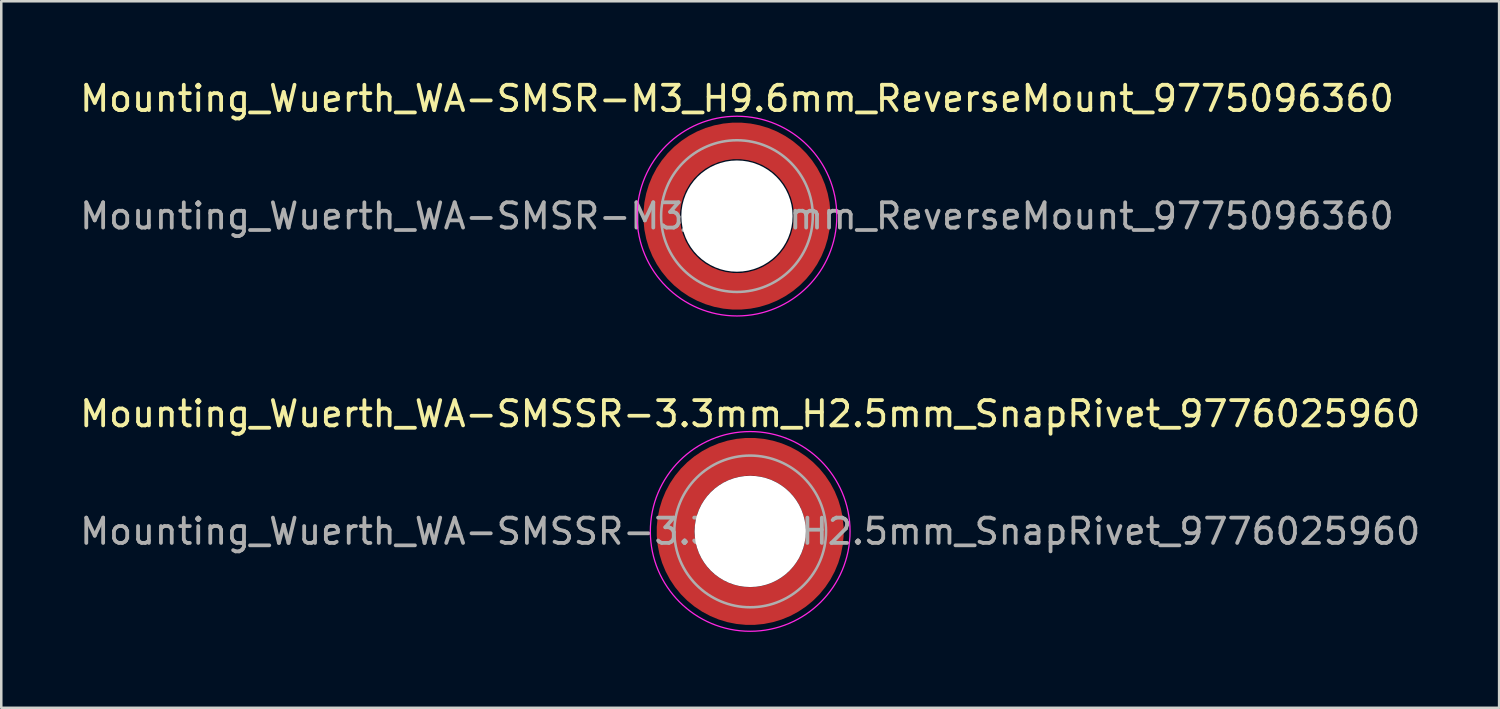
<source format=kicad_pcb>
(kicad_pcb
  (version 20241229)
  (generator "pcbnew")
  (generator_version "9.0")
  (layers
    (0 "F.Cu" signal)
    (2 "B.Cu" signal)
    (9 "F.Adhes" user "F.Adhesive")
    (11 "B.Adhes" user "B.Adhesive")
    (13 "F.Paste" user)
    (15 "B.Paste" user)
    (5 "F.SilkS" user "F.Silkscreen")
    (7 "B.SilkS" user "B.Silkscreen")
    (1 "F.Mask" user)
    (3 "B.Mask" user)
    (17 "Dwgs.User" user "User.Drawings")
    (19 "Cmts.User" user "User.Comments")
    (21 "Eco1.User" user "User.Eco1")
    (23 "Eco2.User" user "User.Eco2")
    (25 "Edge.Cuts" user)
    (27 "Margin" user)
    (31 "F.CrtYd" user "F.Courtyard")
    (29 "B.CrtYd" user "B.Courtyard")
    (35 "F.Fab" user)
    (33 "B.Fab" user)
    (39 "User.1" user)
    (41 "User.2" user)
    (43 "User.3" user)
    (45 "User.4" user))
  (footprint "Mounting_Wuerth_WA-SMSR-M3_H9.6mm_ReverseMount_9775096360"
    (layer "F.Cu")
    (at 26.101 5.498)
    (property "Reference" "Mounting_Wuerth_WA-SMSR-M3_H9.6mm_ReverseMount_9775096360" (at 0 -4.65 0) (layer "F.SilkS") (effects (font (size 1 1) (thickness 0.15))))
    (attr smd)
    (fp_circle (center 0 0) (end 3.95 0) (stroke (width 0.05) (type solid)) (fill no) (layer "F.CrtYd"))
    (fp_circle (center 0 0) (end 3 0) (stroke (width 0.1) (type solid)) (fill no) (layer "F.Fab"))
    (fp_text user "${REFERENCE}" (at 0 0 0) (layer "F.Fab") (effects (font (size 1 1) (thickness 0.15))))
    (pad "" smd custom (at -2.095 -2.095) (size 0.945 0.945) (layers "F.Paste") (options (anchor circle)) (primitives (gr_arc (start -0.24231 1.594804) (mid 0.404104 0.405534) (end 1.592827 -0.241886) (width 0.2)) (gr_arc (start -0.3398 1.594804) (mid 0.335987 0.338711) (end 1.591031 -0.339022) (width 0.2)) (gr_arc (start -0.437132 1.594804) (mid 0.268952 0.270807) (end 1.592231 -0.436623) (width 0.2)) (gr_arc (start -0.534324 1.594804) (mid 0.201345 0.203474) (end 1.591846 -0.53376) (width 0.2)) (gr_arc (start -0.631391 1.594804) (mid 0.134696 0.135183) (end 1.594126 -0.631267) (width 0.2)) (gr_arc (start -0.728345 1.594804) (mid 0.067234 0.067705) (end 1.594149 -0.728229) (width 0.2)) (gr_arc (start -0.825197 1.594804) (mid -0.001218 0.001219) (end 1.591408 -0.824614) (width 0.2)) (gr_arc (start -0.921958 1.594804) (mid -0.068952 -0.065985) (end 1.590665 -0.921269) (width 0.2)) (gr_arc (start -1.018637 1.594804) (mid -0.135972 -0.133907) (end 1.59192 -1.018172) (width 0.2)) (gr_arc (start -1.115239 1.594804) (mid -0.20428 -0.200537) (end 1.589574 -1.11442) (width 0.2)) (gr_arc (start -1.211773 1.594804) (mid -0.26993 -0.269828) (end 1.594662 -1.211751) (width 0.2)) (gr_arc (start -1.308244 1.594804) (mid -0.33911 -0.335587) (end 1.589875 -1.307516) (width 0.2)) (gr_arc (start -1.404657 1.594804) (mid -0.405633 -0.404004) (end 1.592524 -1.404331) (width 0.2)) (gr_arc (start -1.404657 1.594804) (mid -0.405633 -0.404004) (end 1.592524 -1.404331) (width 0.2)) (gr_line (start 1.595 -0.242) (end 1.595 -1.405) (width 0.2)) (gr_line (start -0.242 1.595) (end -1.405 1.595) (width 0.2))))
    (pad "" smd custom (at -2.095 2.095) (size 0.945 0.945) (layers "F.Paste") (options (anchor circle)) (primitives (gr_arc (start 1.594804 0.24231) (mid 0.405534 -0.404104) (end -0.241886 -1.592827) (width 0.2)) (gr_arc (start 1.594804 0.3398) (mid 0.338711 -0.335987) (end -0.339022 -1.591031) (width 0.2)) (gr_arc (start 1.594804 0.437132) (mid 0.270807 -0.268952) (end -0.436623 -1.592231) (width 0.2)) (gr_arc (start 1.594804 0.534324) (mid 0.203474 -0.201345) (end -0.53376 -1.591846) (width 0.2)) (gr_arc (start 1.594804 0.631391) (mid 0.135183 -0.134696) (end -0.631267 -1.594126) (width 0.2)) (gr_arc (start 1.594804 0.728345) (mid 0.067705 -0.067234) (end -0.728229 -1.594149) (width 0.2)) (gr_arc (start 1.594804 0.825197) (mid 0.001219 0.001218) (end -0.824614 -1.591408) (width 0.2)) (gr_arc (start 1.594804 0.921958) (mid -0.065985 0.068952) (end -0.921269 -1.590665) (width 0.2)) (gr_arc (start 1.594804 1.018637) (mid -0.133907 0.135972) (end -1.018172 -1.59192) (width 0.2)) (gr_arc (start 1.594804 1.115239) (mid -0.200537 0.20428) (end -1.11442 -1.589574) (width 0.2)) (gr_arc (start 1.594804 1.211773) (mid -0.269828 0.26993) (end -1.211751 -1.594662) (width 0.2)) (gr_arc (start 1.594804 1.308244) (mid -0.335587 0.33911) (end -1.307516 -1.589875) (width 0.2)) (gr_arc (start 1.594804 1.404657) (mid -0.404004 0.405633) (end -1.404331 -1.592524) (width 0.2)) (gr_arc (start 1.594804 1.404657) (mid -0.404004 0.405633) (end -1.404331 -1.592524) (width 0.2)) (gr_line (start -0.242 -1.595) (end -1.405 -1.595) (width 0.2)) (gr_line (start 1.595 0.242) (end 1.595 1.405) (width 0.2))))
    (pad "" np_thru_hole circle (at 0 0) (size 4.4 4.4) (drill 4.4) (layers "*.Cu" "*.Mask"))
    (pad "" smd custom (at 2.095 -2.095) (size 0.945 0.945) (layers "F.Paste") (options (anchor circle)) (primitives (gr_arc (start -1.594804 -0.24231) (mid -0.405534 0.404104) (end 0.241886 1.592827) (width 0.2)) (gr_arc (start -1.594804 -0.3398) (mid -0.338711 0.335987) (end 0.339022 1.591031) (width 0.2)) (gr_arc (start -1.594804 -0.437132) (mid -0.270807 0.268952) (end 0.436623 1.592231) (width 0.2)) (gr_arc (start -1.594804 -0.534324) (mid -0.203474 0.201345) (end 0.53376 1.591846) (width 0.2)) (gr_arc (start -1.594804 -0.631391) (mid -0.135183 0.134696) (end 0.631267 1.594126) (width 0.2)) (gr_arc (start -1.594804 -0.728345) (mid -0.067705 0.067234) (end 0.728229 1.594149) (width 0.2)) (gr_arc (start -1.594804 -0.825197) (mid -0.001219 -0.001218) (end 0.824614 1.591408) (width 0.2)) (gr_arc (start -1.594804 -0.921958) (mid 0.065985 -0.068952) (end 0.921269 1.590665) (width 0.2)) (gr_arc (start -1.594804 -1.018637) (mid 0.133907 -0.135972) (end 1.018172 1.59192) (width 0.2)) (gr_arc (start -1.594804 -1.115239) (mid 0.200537 -0.20428) (end 1.11442 1.589574) (width 0.2)) (gr_arc (start -1.594804 -1.211773) (mid 0.269828 -0.26993) (end 1.211751 1.594662) (width 0.2)) (gr_arc (start -1.594804 -1.308244) (mid 0.335587 -0.33911) (end 1.307516 1.589875) (width 0.2)) (gr_arc (start -1.594804 -1.404657) (mid 0.404004 -0.405633) (end 1.404331 1.592524) (width 0.2)) (gr_arc (start -1.594804 -1.404657) (mid 0.404004 -0.405633) (end 1.404331 1.592524) (width 0.2)) (gr_line (start 0.242 1.595) (end 1.405 1.595) (width 0.2)) (gr_line (start -1.595 -0.242) (end -1.595 -1.405) (width 0.2))))
    (pad "" smd custom (at 2.095 2.095) (size 0.945 0.945) (layers "F.Paste") (options (anchor circle)) (primitives (gr_arc (start 0.24231 -1.594804) (mid -0.404104 -0.405534) (end -1.592827 0.241886) (width 0.2)) (gr_arc (start 0.3398 -1.594804) (mid -0.335987 -0.338711) (end -1.591031 0.339022) (width 0.2)) (gr_arc (start 0.437132 -1.594804) (mid -0.268952 -0.270807) (end -1.592231 0.436623) (width 0.2)) (gr_arc (start 0.534324 -1.594804) (mid -0.201345 -0.203474) (end -1.591846 0.53376) (width 0.2)) (gr_arc (start 0.631391 -1.594804) (mid -0.134696 -0.135183) (end -1.594126 0.631267) (width 0.2)) (gr_arc (start 0.728345 -1.594804) (mid -0.067234 -0.067705) (end -1.594149 0.728229) (width 0.2)) (gr_arc (start 0.825197 -1.594804) (mid 0.001218 -0.001219) (end -1.591408 0.824614) (width 0.2)) (gr_arc (start 0.921958 -1.594804) (mid 0.068952 0.065985) (end -1.590665 0.921269) (width 0.2)) (gr_arc (start 1.018637 -1.594804) (mid 0.135972 0.133907) (end -1.59192 1.018172) (width 0.2)) (gr_arc (start 1.115239 -1.594804) (mid 0.20428 0.200537) (end -1.589574 1.11442) (width 0.2)) (gr_arc (start 1.211773 -1.594804) (mid 0.26993 0.269828) (end -1.594662 1.211751) (width 0.2)) (gr_arc (start 1.308244 -1.594804) (mid 0.33911 0.335587) (end -1.589875 1.307516) (width 0.2)) (gr_arc (start 1.404657 -1.594804) (mid 0.405633 0.404004) (end -1.592524 1.404331) (width 0.2)) (gr_arc (start 1.404657 -1.594804) (mid 0.405633 0.404004) (end -1.592524 1.404331) (width 0.2)) (gr_line (start -1.595 0.242) (end -1.595 1.405) (width 0.2)) (gr_line (start 0.242 -1.595) (end 1.405 -1.595) (width 0.2))))
    (pad "1" smd circle (at -2.975 0) (size 1.05 1.05) (layers "F.Cu"))
    (pad "1" smd circle (at 0 -2.975) (size 1.05 1.05) (layers "F.Cu"))
    (pad "1" smd circle (at 0 2.975) (size 1.05 1.05) (layers "F.Cu"))
    (pad "1" smd custom (at 2.975 0) (size 1.05 1.05) (layers "F.Cu" "F.Mask") (options (anchor circle)) (primitives (gr_circle (center -2.975 0) (end 0 0) (width 1.45) (fill no)))))
  (footprint "Mounting_Wuerth_WA-SMSSR-3.3mm_H2.5mm_SnapRivet_9776025960"
    (layer "F.Cu")
    (at 26.625 17.971)
    (property "Reference" "Mounting_Wuerth_WA-SMSSR-3.3mm_H2.5mm_SnapRivet_9776025960" (at 0 -4.65 0) (layer "F.SilkS") (effects (font (size 1 1) (thickness 0.15))))
    (attr smd)
    (fp_circle (center 0 0) (end 3.95 0) (stroke (width 0.05) (type solid)) (fill no) (layer "F.CrtYd"))
    (fp_circle (center 0 0) (end 3 0) (stroke (width 0.1) (type solid)) (fill no) (layer "F.Fab"))
    (fp_text user "${REFERENCE}" (at 0 0 0) (layer "F.Fab") (effects (font (size 1 1) (thickness 0.15))))
    (pad "" smd custom (at -2.077 -2.077) (size 0.995 0.995) (layers "F.Paste") (options (anchor circle)) (primitives (gr_arc (start -0.208831 1.577126) (mid 0.422144 0.422848) (end 1.576154 -0.208618) (width 0.2)) (gr_arc (start -0.310669 1.577126) (mid 0.35138 0.352781) (end 1.575188 -0.310262) (width 0.2)) (gr_arc (start -0.412325 1.577126) (mid 0.280305 0.283024) (end 1.573357 -0.411565) (width 0.2)) (gr_arc (start -0.51382 1.577126) (mid 0.210358 0.212139) (end 1.574653 -0.513342) (width 0.2)) (gr_arc (start -0.615172 1.577126) (mid 0.139846 0.141818) (end 1.574384 -0.614661) (width 0.2)) (gr_arc (start -0.716397 1.577126) (mid 0.070334 0.070498) (end 1.576898 -0.716356) (width 0.2)) (gr_arc (start -0.817508 1.577126) (mid -0.001805 0.001806) (end 1.572094 -0.816634) (width 0.2)) (gr_arc (start -0.918517 1.577126) (mid -0.071322 -0.06951) (end 1.574599 -0.918094) (width 0.2)) (gr_arc (start -1.019433 1.577126) (mid -0.141902 -0.139762) (end 1.574138 -1.018949) (width 0.2)) (gr_arc (start -1.120266 1.577126) (mid -0.211736 -0.210761) (end 1.575763 -1.120053) (width 0.2)) (gr_arc (start -1.221022 1.577126) (mid -0.282882 -0.280446) (end 1.57372 -1.220504) (width 0.2)) (gr_arc (start -1.32171 1.577126) (mid -0.353407 -0.350753) (end 1.573414 -1.321162) (width 0.2)) (gr_arc (start -1.422335 1.577126) (mid -0.423311 -0.421682) (end 1.574846 -1.422009) (width 0.2)) (gr_line (start 1.577 -0.209) (end 1.577 -1.422) (width 0.2)) (gr_line (start -0.209 1.577) (end -1.422 1.577) (width 0.2))))
    (pad "" smd custom (at -2.077 2.077) (size 0.995 0.995) (layers "F.Paste") (options (anchor circle)) (primitives (gr_arc (start 1.577126 0.208831) (mid 0.422848 -0.422144) (end -0.208618 -1.576154) (width 0.2)) (gr_arc (start 1.577126 0.310669) (mid 0.352781 -0.35138) (end -0.310262 -1.575188) (width 0.2)) (gr_arc (start 1.577126 0.412325) (mid 0.283024 -0.280305) (end -0.411565 -1.573357) (width 0.2)) (gr_arc (start 1.577126 0.51382) (mid 0.212139 -0.210358) (end -0.513342 -1.574653) (width 0.2)) (gr_arc (start 1.577126 0.615172) (mid 0.141818 -0.139846) (end -0.614661 -1.574384) (width 0.2)) (gr_arc (start 1.577126 0.716397) (mid 0.070498 -0.070334) (end -0.716356 -1.576898) (width 0.2)) (gr_arc (start 1.577126 0.817508) (mid 0.001806 0.001805) (end -0.816634 -1.572094) (width 0.2)) (gr_arc (start 1.577126 0.918517) (mid -0.06951 0.071322) (end -0.918094 -1.574599) (width 0.2)) (gr_arc (start 1.577126 1.019433) (mid -0.139762 0.141902) (end -1.018949 -1.574138) (width 0.2)) (gr_arc (start 1.577126 1.120266) (mid -0.210761 0.211736) (end -1.120053 -1.575763) (width 0.2)) (gr_arc (start 1.577126 1.221022) (mid -0.280446 0.282882) (end -1.220504 -1.57372) (width 0.2)) (gr_arc (start 1.577126 1.32171) (mid -0.350753 0.353407) (end -1.321162 -1.573414) (width 0.2)) (gr_arc (start 1.577126 1.422335) (mid -0.421682 0.423311) (end -1.422009 -1.574846) (width 0.2)) (gr_line (start -0.209 -1.577) (end -1.422 -1.577) (width 0.2)) (gr_line (start 1.577 0.209) (end 1.577 1.422) (width 0.2))))
    (pad "" np_thru_hole circle (at 0 0) (size 4.4 4.4) (drill 4.4) (layers "*.Cu" "*.Mask"))
    (pad "" smd custom (at 2.077 -2.077) (size 0.995 0.995) (layers "F.Paste") (options (anchor circle)) (primitives (gr_arc (start -1.577126 -0.208831) (mid -0.422848 0.422144) (end 0.208618 1.576154) (width 0.2)) (gr_arc (start -1.577126 -0.310669) (mid -0.352781 0.35138) (end 0.310262 1.575188) (width 0.2)) (gr_arc (start -1.577126 -0.412325) (mid -0.283024 0.280305) (end 0.411565 1.573357) (width 0.2)) (gr_arc (start -1.577126 -0.51382) (mid -0.212139 0.210358) (end 0.513342 1.574653) (width 0.2)) (gr_arc (start -1.577126 -0.615172) (mid -0.141818 0.139846) (end 0.614661 1.574384) (width 0.2)) (gr_arc (start -1.577126 -0.716397) (mid -0.070498 0.070334) (end 0.716356 1.576898) (width 0.2)) (gr_arc (start -1.577126 -0.817508) (mid -0.001806 -0.001805) (end 0.816634 1.572094) (width 0.2)) (gr_arc (start -1.577126 -0.918517) (mid 0.06951 -0.071322) (end 0.918094 1.574599) (width 0.2)) (gr_arc (start -1.577126 -1.019433) (mid 0.139762 -0.141902) (end 1.018949 1.574138) (width 0.2)) (gr_arc (start -1.577126 -1.120266) (mid 0.210761 -0.211736) (end 1.120053 1.575763) (width 0.2)) (gr_arc (start -1.577126 -1.221022) (mid 0.280446 -0.282882) (end 1.220504 1.57372) (width 0.2)) (gr_arc (start -1.577126 -1.32171) (mid 0.350753 -0.353407) (end 1.321162 1.573414) (width 0.2)) (gr_arc (start -1.577126 -1.422335) (mid 0.421682 -0.423311) (end 1.422009 1.574846) (width 0.2)) (gr_line (start 0.209 1.577) (end 1.422 1.577) (width 0.2)) (gr_line (start -1.577 -0.209) (end -1.577 -1.422) (width 0.2))))
    (pad "" smd custom (at 2.077 2.077) (size 0.995 0.995) (layers "F.Paste") (options (anchor circle)) (primitives (gr_arc (start 0.208831 -1.577126) (mid -0.422144 -0.422848) (end -1.576154 0.208618) (width 0.2)) (gr_arc (start 0.310669 -1.577126) (mid -0.35138 -0.352781) (end -1.575188 0.310262) (width 0.2)) (gr_arc (start 0.412325 -1.577126) (mid -0.280305 -0.283024) (end -1.573357 0.411565) (width 0.2)) (gr_arc (start 0.51382 -1.577126) (mid -0.210358 -0.212139) (end -1.574653 0.513342) (width 0.2)) (gr_arc (start 0.615172 -1.577126) (mid -0.139846 -0.141818) (end -1.574384 0.614661) (width 0.2)) (gr_arc (start 0.716397 -1.577126) (mid -0.070334 -0.070498) (end -1.576898 0.716356) (width 0.2)) (gr_arc (start 0.817508 -1.577126) (mid 0.001805 -0.001806) (end -1.572094 0.816634) (width 0.2)) (gr_arc (start 0.918517 -1.577126) (mid 0.071322 0.06951) (end -1.574599 0.918094) (width 0.2)) (gr_arc (start 1.019433 -1.577126) (mid 0.141902 0.139762) (end -1.574138 1.018949) (width 0.2)) (gr_arc (start 1.120266 -1.577126) (mid 0.211736 0.210761) (end -1.575763 1.120053) (width 0.2)) (gr_arc (start 1.221022 -1.577126) (mid 0.282882 0.280446) (end -1.57372 1.220504) (width 0.2)) (gr_arc (start 1.32171 -1.577126) (mid 0.353407 0.350753) (end -1.573414 1.321162) (width 0.2)) (gr_arc (start 1.422335 -1.577126) (mid 0.423311 0.421682) (end -1.574846 1.422009) (width 0.2)) (gr_line (start -1.577 0.209) (end -1.577 1.422) (width 0.2)) (gr_line (start 0.209 -1.577) (end 1.422 -1.577) (width 0.2))))
    (pad "1" smd circle (at -2.95 0) (size 1.1 1.1) (layers "F.Cu"))
    (pad "1" smd circle (at 0 -2.95) (size 1.1 1.1) (layers "F.Cu"))
    (pad "1" smd circle (at 0 2.95) (size 1.1 1.1) (layers "F.Cu"))
    (pad "1" smd custom (at 2.95 0) (size 1.1 1.1) (layers "F.Cu" "F.Mask") (options (anchor circle)) (primitives (gr_circle (center -2.95 0) (end 0 0) (width 1.5) (fill no)))))
  (gr_rect
    (start -3 -3)
    (end 56.25 24.947)
    (stroke (width 0.1) (type default))
    (fill no)
    (layer "Edge.Cuts")))
</source>
